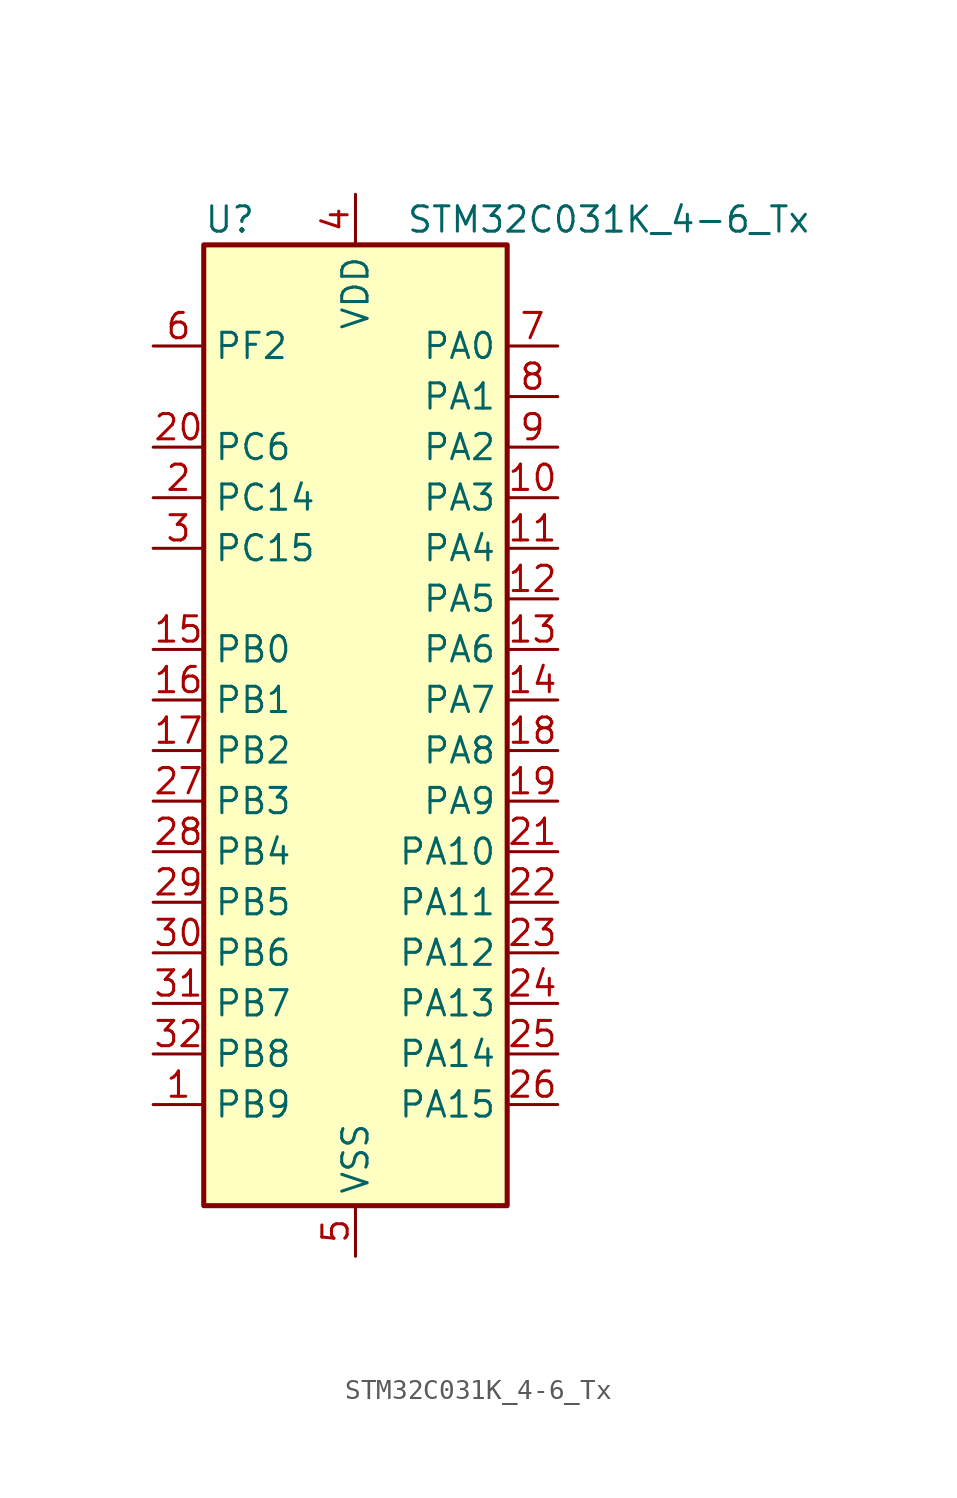
<source format=kicad_sym>
(kicad_symbol_lib
  (version 20241209)
  (generator "kicad_symbol_editor")
  (generator_version "9.0")
  (symbol "STM32C031K_4-6_Tx"
    (property "Reference" "U"
      (at -7.62 26.67 0)
      (effects (font (size 1.27 1.27)) (justify left)))
    (property "Value" "STM32C031K_4-6_Tx"
      (at 2.54 26.67 0)
      (effects (font (size 1.27 1.27)) (justify left)))
    (symbol "STM32C031K_4-6_Tx_0_1"
      (rectangle (start -7.62 -22.86) (end 7.62 25.4) (stroke (width 0.254) (type default)) (fill (type background))))
    (symbol "STM32C031K_4-6_Tx_1_1"
      (pin bidirectional line (at -10.16 20.32 0) (length 2.54) (name "PF2" (effects (font (size 1.27 1.27)))) (number "6" (effects (font (size 1.27 1.27)))) (alternate "RCC_MCO" bidirectional line) (alternate "TIM1_CH4" bidirectional line))
      (pin bidirectional line (at -10.16 15.24 0) (length 2.54) (name "PC6" (effects (font (size 1.27 1.27)))) (number "20" (effects (font (size 1.27 1.27)))) (alternate "TIM3_CH1" bidirectional line))
      (pin bidirectional line (at -10.16 12.7 0) (length 2.54) (name "PC14" (effects (font (size 1.27 1.27)))) (number "2" (effects (font (size 1.27 1.27)))) (alternate "I2C1_SDA" bidirectional line) (alternate "IR_OUT" bidirectional line) (alternate "RCC_OSCX_IN" bidirectional line) (alternate "TIM17_CH1" bidirectional line) (alternate "TIM1_BKIN2" bidirectional line) (alternate "TIM1_ETR" bidirectional line) (alternate "TIM3_CH2" bidirectional line) (alternate "USART1_TX" bidirectional line) (alternate "USART2_CK" bidirectional line) (alternate "USART2_DE" bidirectional line) (alternate "USART2_RTS" bidirectional line))
      (pin bidirectional line (at -10.16 10.16 0) (length 2.54) (name "PC15" (effects (font (size 1.27 1.27)))) (number "3" (effects (font (size 1.27 1.27)))) (alternate "RCC_OSC32_EN" bidirectional line) (alternate "RCC_OSCX_OUT" bidirectional line) (alternate "RCC_OSC_EN" bidirectional line) (alternate "TIM1_ETR" bidirectional line) (alternate "TIM3_CH3" bidirectional line))
      (pin bidirectional line (at -10.16 5.08 0) (length 2.54) (name "PB0" (effects (font (size 1.27 1.27)))) (number "15" (effects (font (size 1.27 1.27)))) (alternate "ADC1_IN17" bidirectional line) (alternate "I2S1_WS" bidirectional line) (alternate "SPI1_NSS" bidirectional line) (alternate "TIM1_CH2N" bidirectional line) (alternate "TIM3_CH3" bidirectional line))
      (pin bidirectional line (at -10.16 2.54 0) (length 2.54) (name "PB1" (effects (font (size 1.27 1.27)))) (number "16" (effects (font (size 1.27 1.27)))) (alternate "ADC1_IN18" bidirectional line) (alternate "TIM14_CH1" bidirectional line) (alternate "TIM1_CH2N" bidirectional line) (alternate "TIM1_CH3N" bidirectional line) (alternate "TIM3_CH4" bidirectional line))
      (pin bidirectional line (at -10.16 0 0) (length 2.54) (name "PB2" (effects (font (size 1.27 1.27)))) (number "17" (effects (font (size 1.27 1.27)))) (alternate "ADC1_IN19" bidirectional line) (alternate "RCC_MCO_2" bidirectional line) (alternate "USART1_RX" bidirectional line))
      (pin bidirectional line (at -10.16 -2.54 0) (length 2.54) (name "PB3" (effects (font (size 1.27 1.27)))) (number "27" (effects (font (size 1.27 1.27)))) (alternate "I2S1_CK" bidirectional line) (alternate "SPI1_SCK" bidirectional line) (alternate "TIM1_CH2" bidirectional line) (alternate "TIM3_CH2" bidirectional line) (alternate "USART1_CK" bidirectional line) (alternate "USART1_DE" bidirectional line) (alternate "USART1_RTS" bidirectional line))
      (pin bidirectional line (at -10.16 -5.08 0) (length 2.54) (name "PB4" (effects (font (size 1.27 1.27)))) (number "28" (effects (font (size 1.27 1.27)))) (alternate "I2S1_MCK" bidirectional line) (alternate "SPI1_MISO" bidirectional line) (alternate "TIM17_BKIN" bidirectional line) (alternate "TIM3_CH1" bidirectional line) (alternate "USART1_CTS" bidirectional line) (alternate "USART1_NSS" bidirectional line))
      (pin bidirectional line (at -10.16 -7.62 0) (length 2.54) (name "PB5" (effects (font (size 1.27 1.27)))) (number "29" (effects (font (size 1.27 1.27)))) (alternate "I2C1_SMBA" bidirectional line) (alternate "I2S1_SD" bidirectional line) (alternate "PWR_WKUP6" bidirectional line) (alternate "SPI1_MOSI" bidirectional line) (alternate "TIM16_BKIN" bidirectional line) (alternate "TIM3_CH2" bidirectional line) (alternate "TIM3_CH3" bidirectional line))
      (pin bidirectional line (at -10.16 -10.16 0) (length 2.54) (name "PB6" (effects (font (size 1.27 1.27)))) (number "30" (effects (font (size 1.27 1.27)))) (alternate "I2C1_SCL" bidirectional line) (alternate "I2C1_SMBA" bidirectional line) (alternate "I2S1_CK" bidirectional line) (alternate "I2S1_MCK" bidirectional line) (alternate "I2S1_SD" bidirectional line) (alternate "PWR_WKUP3" bidirectional line) (alternate "SPI1_MISO" bidirectional line) (alternate "SPI1_MOSI" bidirectional line) (alternate "SPI1_SCK" bidirectional line) (alternate "TIM16_BKIN" bidirectional line) (alternate "TIM16_CH1N" bidirectional line) (alternate "TIM17_BKIN" bidirectional line) (alternate "TIM1_CH2" bidirectional line) (alternate "TIM1_CH3" bidirectional line) (alternate "TIM3_CH1" bidirectional line) (alternate "TIM3_CH2" bidirectional line) (alternate "TIM3_CH3" bidirectional line) (alternate "USART1_CK" bidirectional line) (alternate "USART1_CTS" bidirectional line) (alternate "USART1_DE" bidirectional line) (alternate "USART1_NSS" bidirectional line) (alternate "USART1_RTS" bidirectional line) (alternate "USART1_TX" bidirectional line))
      (pin bidirectional line (at -10.16 -12.7 0) (length 2.54) (name "PB7" (effects (font (size 1.27 1.27)))) (number "31" (effects (font (size 1.27 1.27)))) (alternate "I2C1_SCL" bidirectional line) (alternate "I2C1_SDA" bidirectional line) (alternate "RTC_REFIN" bidirectional line) (alternate "TIM16_CH1" bidirectional line) (alternate "TIM17_CH1N" bidirectional line) (alternate "TIM1_CH4" bidirectional line) (alternate "TIM3_CH1" bidirectional line) (alternate "TIM3_CH4" bidirectional line) (alternate "USART1_RX" bidirectional line) (alternate "USART2_CTS" bidirectional line) (alternate "USART2_NSS" bidirectional line))
      (pin bidirectional line (at -10.16 -15.24 0) (length 2.54) (name "PB8" (effects (font (size 1.27 1.27)))) (number "32" (effects (font (size 1.27 1.27)))) (alternate "I2C1_SCL" bidirectional line) (alternate "TIM16_CH1" bidirectional line) (alternate "TIM3_CH1" bidirectional line) (alternate "USART2_CTS" bidirectional line) (alternate "USART2_NSS" bidirectional line))
      (pin bidirectional line (at -10.16 -17.78 0) (length 2.54) (name "PB9" (effects (font (size 1.27 1.27)))) (number "1" (effects (font (size 1.27 1.27)))) (alternate "I2C1_SDA" bidirectional line) (alternate "IR_OUT" bidirectional line) (alternate "TIM17_CH1" bidirectional line) (alternate "TIM3_CH2" bidirectional line) (alternate "USART2_CK" bidirectional line) (alternate "USART2_DE" bidirectional line) (alternate "USART2_RTS" bidirectional line))
      (pin power_in line (at 0 27.94 270) (length 2.54) (name "VDD" (effects (font (size 1.27 1.27)))) (number "4" (effects (font (size 1.27 1.27)))))
      (pin power_in line (at 0 -25.4 90) (length 2.54) (name "VSS" (effects (font (size 1.27 1.27)))) (number "5" (effects (font (size 1.27 1.27)))))
      (pin bidirectional line (at 10.16 20.32 180) (length 2.54) (name "PA0" (effects (font (size 1.27 1.27)))) (number "7" (effects (font (size 1.27 1.27)))) (alternate "ADC1_IN0" bidirectional line) (alternate "PWR_WKUP1" bidirectional line) (alternate "TIM16_CH1" bidirectional line) (alternate "TIM1_CH1" bidirectional line) (alternate "USART1_TX" bidirectional line) (alternate "USART2_CTS" bidirectional line) (alternate "USART2_NSS" bidirectional line))
      (pin bidirectional line (at 10.16 17.78 180) (length 2.54) (name "PA1" (effects (font (size 1.27 1.27)))) (number "8" (effects (font (size 1.27 1.27)))) (alternate "ADC1_IN1" bidirectional line) (alternate "I2C1_SMBA" bidirectional line) (alternate "I2S1_CK" bidirectional line) (alternate "SPI1_SCK" bidirectional line) (alternate "TIM17_CH1" bidirectional line) (alternate "TIM1_CH2" bidirectional line) (alternate "USART1_RX" bidirectional line) (alternate "USART2_CK" bidirectional line) (alternate "USART2_DE" bidirectional line) (alternate "USART2_RTS" bidirectional line))
      (pin bidirectional line (at 10.16 15.24 180) (length 2.54) (name "PA2" (effects (font (size 1.27 1.27)))) (number "9" (effects (font (size 1.27 1.27)))) (alternate "ADC1_IN2" bidirectional line) (alternate "I2S1_SD" bidirectional line) (alternate "PWR_WKUP4" bidirectional line) (alternate "RCC_LSCO" bidirectional line) (alternate "SPI1_MOSI" bidirectional line) (alternate "TIM16_CH1N" bidirectional line) (alternate "TIM1_CH3" bidirectional line) (alternate "TIM3_ETR" bidirectional line) (alternate "USART2_TX" bidirectional line))
      (pin bidirectional line (at 10.16 12.7 180) (length 2.54) (name "PA3" (effects (font (size 1.27 1.27)))) (number "10" (effects (font (size 1.27 1.27)))) (alternate "ADC1_IN3" bidirectional line) (alternate "TIM1_CH1N" bidirectional line) (alternate "TIM1_CH4" bidirectional line) (alternate "USART2_RX" bidirectional line))
      (pin bidirectional line (at 10.16 10.16 180) (length 2.54) (name "PA4" (effects (font (size 1.27 1.27)))) (number "11" (effects (font (size 1.27 1.27)))) (alternate "ADC1_IN4" bidirectional line) (alternate "I2S1_WS" bidirectional line) (alternate "PWR_WKUP2" bidirectional line) (alternate "RTC_OUT1" bidirectional line) (alternate "RTC_TS" bidirectional line) (alternate "SPI1_NSS" bidirectional line) (alternate "TIM14_CH1" bidirectional line) (alternate "TIM17_CH1N" bidirectional line) (alternate "TIM1_CH2N" bidirectional line) (alternate "USART2_TX" bidirectional line))
      (pin bidirectional line (at 10.16 7.62 180) (length 2.54) (name "PA5" (effects (font (size 1.27 1.27)))) (number "12" (effects (font (size 1.27 1.27)))) (alternate "ADC1_IN5" bidirectional line) (alternate "I2S1_CK" bidirectional line) (alternate "SPI1_SCK" bidirectional line) (alternate "TIM1_CH1" bidirectional line) (alternate "TIM1_CH3N" bidirectional line) (alternate "USART2_RX" bidirectional line))
      (pin bidirectional line (at 10.16 5.08 180) (length 2.54) (name "PA6" (effects (font (size 1.27 1.27)))) (number "13" (effects (font (size 1.27 1.27)))) (alternate "ADC1_IN6" bidirectional line) (alternate "I2S1_MCK" bidirectional line) (alternate "SPI1_MISO" bidirectional line) (alternate "TIM16_CH1" bidirectional line) (alternate "TIM1_BKIN" bidirectional line) (alternate "TIM3_CH1" bidirectional line))
      (pin bidirectional line (at 10.16 2.54 180) (length 2.54) (name "PA7" (effects (font (size 1.27 1.27)))) (number "14" (effects (font (size 1.27 1.27)))) (alternate "ADC1_IN7" bidirectional line) (alternate "I2S1_SD" bidirectional line) (alternate "SPI1_MOSI" bidirectional line) (alternate "TIM14_CH1" bidirectional line) (alternate "TIM17_CH1" bidirectional line) (alternate "TIM1_CH1N" bidirectional line) (alternate "TIM3_CH2" bidirectional line))
      (pin bidirectional line (at 10.16 0 180) (length 2.54) (name "PA8" (effects (font (size 1.27 1.27)))) (number "18" (effects (font (size 1.27 1.27)))) (alternate "ADC1_IN8" bidirectional line) (alternate "I2S1_WS" bidirectional line) (alternate "RCC_MCO" bidirectional line) (alternate "RCC_MCO_2" bidirectional line) (alternate "SPI1_NSS" bidirectional line) (alternate "TIM14_CH1" bidirectional line) (alternate "TIM1_CH1" bidirectional line) (alternate "TIM1_CH2N" bidirectional line) (alternate "TIM1_CH3N" bidirectional line) (alternate "TIM3_CH3" bidirectional line) (alternate "TIM3_CH4" bidirectional line) (alternate "USART1_RX" bidirectional line) (alternate "USART2_TX" bidirectional line))
      (pin bidirectional line (at 10.16 -2.54 180) (length 2.54) (name "PA9" (effects (font (size 1.27 1.27)))) (number "19" (effects (font (size 1.27 1.27)))) (alternate "I2C1_SCL" bidirectional line) (alternate "RCC_MCO" bidirectional line) (alternate "TIM1_CH2" bidirectional line) (alternate "TIM3_ETR" bidirectional line) (alternate "USART1_TX" bidirectional line))
      (pin bidirectional line (at 10.16 -5.08 180) (length 2.54) (name "PA10" (effects (font (size 1.27 1.27)))) (number "21" (effects (font (size 1.27 1.27)))) (alternate "I2C1_SDA" bidirectional line) (alternate "RCC_MCO_2" bidirectional line) (alternate "TIM17_BKIN" bidirectional line) (alternate "TIM1_CH3" bidirectional line) (alternate "USART1_RX" bidirectional line))
      (pin bidirectional line (at 10.16 -7.62 180) (length 2.54) (name "PA11" (effects (font (size 1.27 1.27)))) (number "22" (effects (font (size 1.27 1.27)))) (alternate "ADC1_EXTI11" bidirectional line) (alternate "ADC1_IN11" bidirectional line) (alternate "I2S1_MCK" bidirectional line) (alternate "SPI1_MISO" bidirectional line) (alternate "TIM1_BKIN2" bidirectional line) (alternate "TIM1_CH4" bidirectional line) (alternate "USART1_CTS" bidirectional line) (alternate "USART1_NSS" bidirectional line))
      (pin bidirectional line (at 10.16 -10.16 180) (length 2.54) (name "PA12" (effects (font (size 1.27 1.27)))) (number "23" (effects (font (size 1.27 1.27)))) (alternate "ADC1_IN12" bidirectional line) (alternate "I2S1_SD" bidirectional line) (alternate "I2S_CKIN" bidirectional line) (alternate "SPI1_MOSI" bidirectional line) (alternate "TIM1_ETR" bidirectional line) (alternate "USART1_CK" bidirectional line) (alternate "USART1_DE" bidirectional line) (alternate "USART1_RTS" bidirectional line))
      (pin bidirectional line (at 10.16 -12.7 180) (length 2.54) (name "PA13" (effects (font (size 1.27 1.27)))) (number "24" (effects (font (size 1.27 1.27)))) (alternate "ADC1_IN13" bidirectional line) (alternate "DEBUG_SWDIO" bidirectional line) (alternate "IR_OUT" bidirectional line) (alternate "TIM3_ETR" bidirectional line) (alternate "USART2_RX" bidirectional line))
      (pin bidirectional line (at 10.16 -15.24 180) (length 2.54) (name "PA14" (effects (font (size 1.27 1.27)))) (number "25" (effects (font (size 1.27 1.27)))) (alternate "ADC1_IN14" bidirectional line) (alternate "DEBUG_SWCLK" bidirectional line) (alternate "I2S1_WS" bidirectional line) (alternate "RCC_MCO_2" bidirectional line) (alternate "SPI1_NSS" bidirectional line) (alternate "TIM1_CH1" bidirectional line) (alternate "USART1_CK" bidirectional line) (alternate "USART1_DE" bidirectional line) (alternate "USART1_RTS" bidirectional line) (alternate "USART2_RX" bidirectional line) (alternate "USART2_TX" bidirectional line))
      (pin bidirectional line (at 10.16 -17.78 180) (length 2.54) (name "PA15" (effects (font (size 1.27 1.27)))) (number "26" (effects (font (size 1.27 1.27)))) (alternate "I2S1_WS" bidirectional line) (alternate "RCC_MCO_2" bidirectional line) (alternate "SPI1_NSS" bidirectional line) (alternate "TIM1_CH1" bidirectional line) (alternate "USART1_CK" bidirectional line) (alternate "USART1_DE" bidirectional line) (alternate "USART1_RTS" bidirectional line) (alternate "USART2_RX" bidirectional line)))))
</source>
